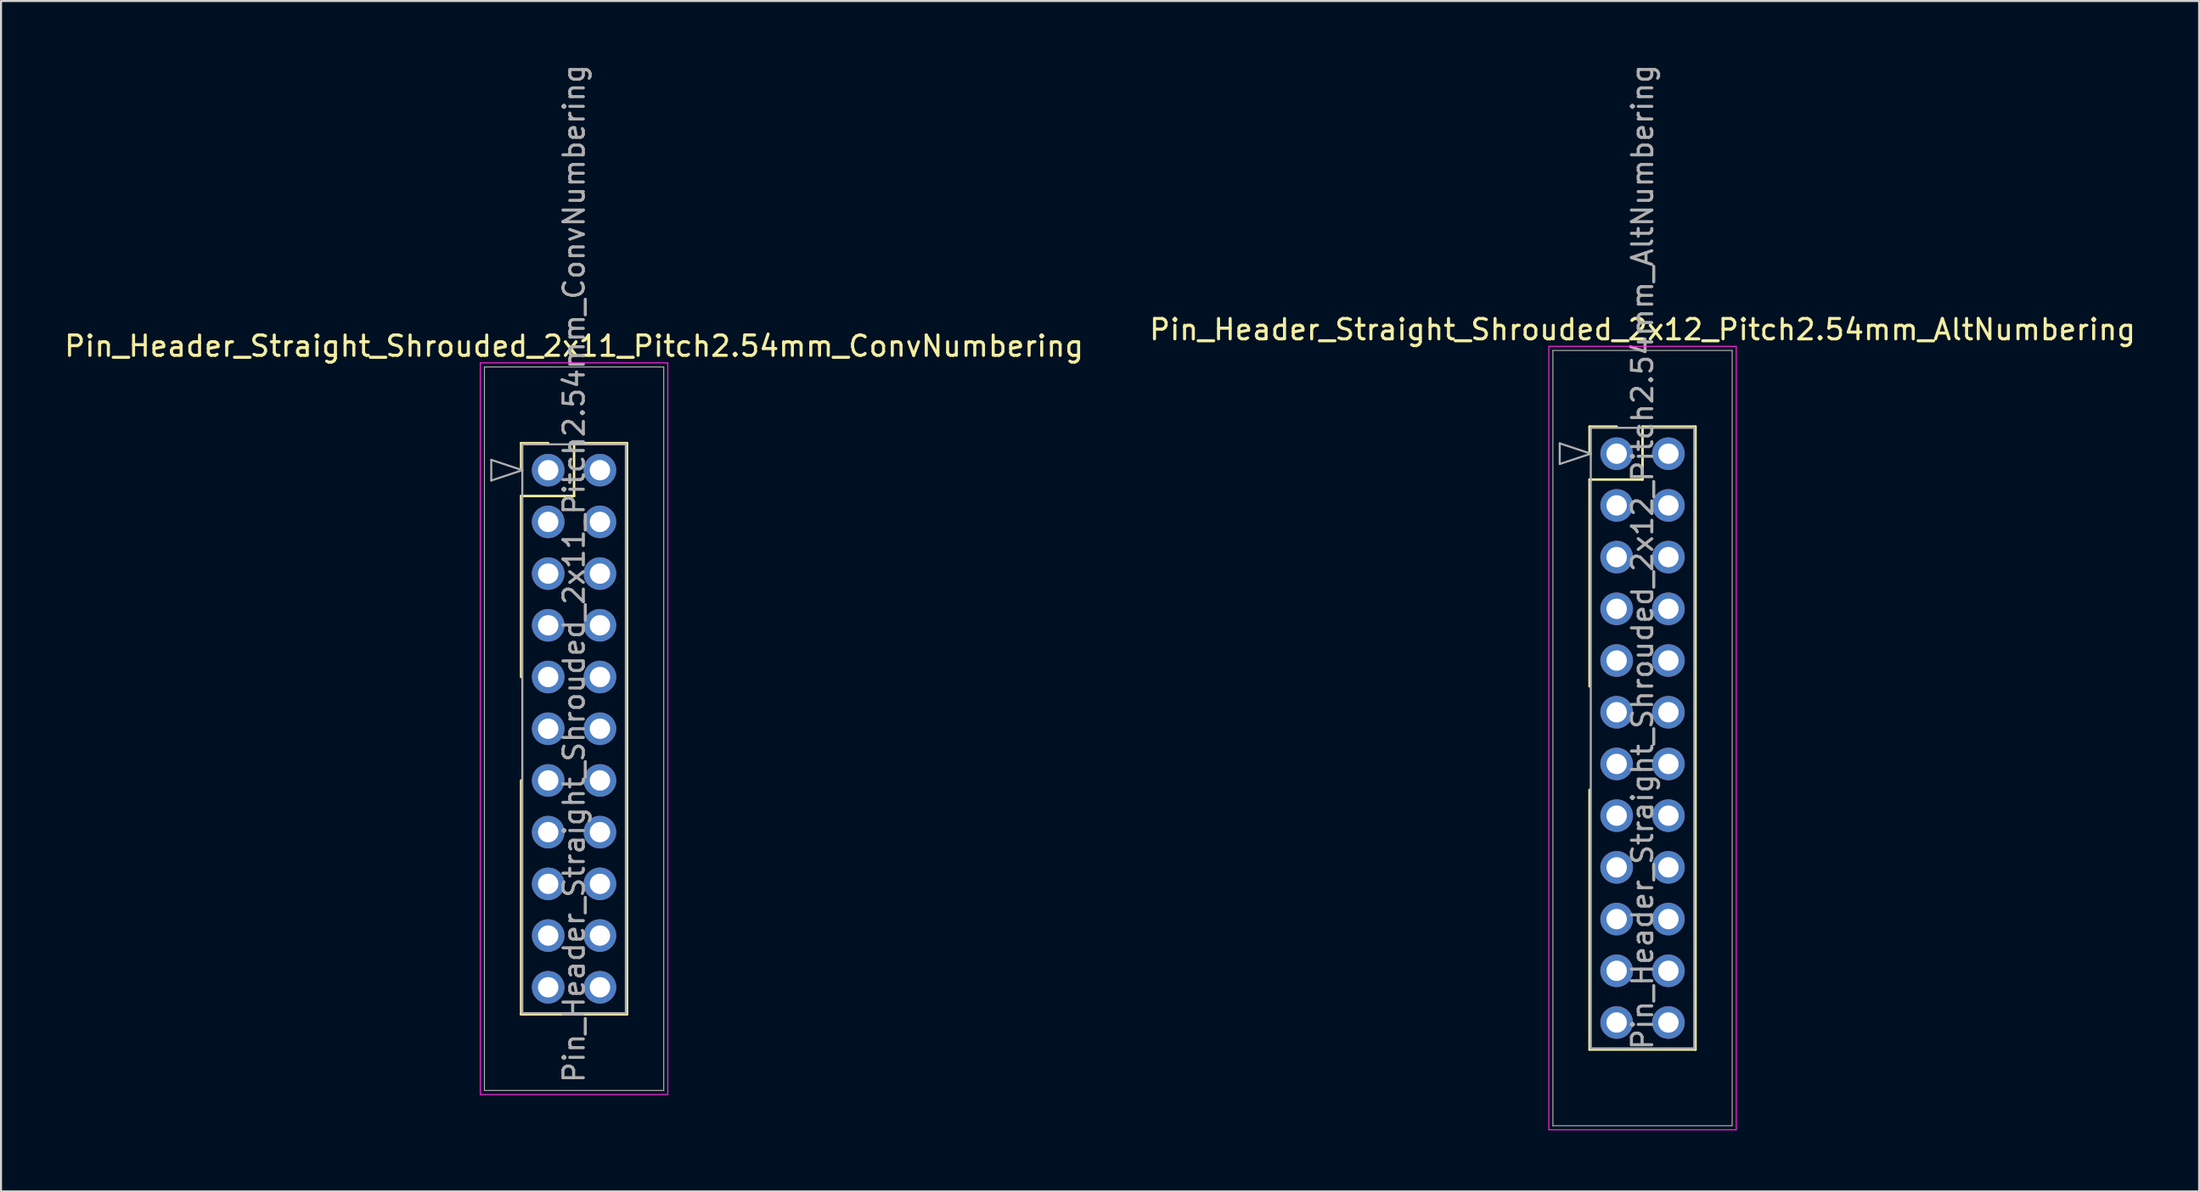
<source format=kicad_pcb>
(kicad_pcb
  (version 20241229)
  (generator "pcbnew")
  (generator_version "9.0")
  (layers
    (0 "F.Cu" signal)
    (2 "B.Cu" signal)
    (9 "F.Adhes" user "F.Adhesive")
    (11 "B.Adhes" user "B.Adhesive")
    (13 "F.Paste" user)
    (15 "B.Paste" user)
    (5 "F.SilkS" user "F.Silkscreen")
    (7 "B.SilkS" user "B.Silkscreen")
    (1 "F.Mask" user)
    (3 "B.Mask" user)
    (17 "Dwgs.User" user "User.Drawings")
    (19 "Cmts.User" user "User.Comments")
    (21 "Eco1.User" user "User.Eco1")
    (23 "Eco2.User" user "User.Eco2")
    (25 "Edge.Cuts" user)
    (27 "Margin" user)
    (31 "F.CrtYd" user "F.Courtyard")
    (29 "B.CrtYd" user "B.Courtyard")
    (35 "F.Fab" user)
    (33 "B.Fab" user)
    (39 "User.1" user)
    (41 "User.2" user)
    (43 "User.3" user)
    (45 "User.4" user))
  (footprint "Pin_Header_Straight_Shrouded_2x12_Pitch2.54mm_AltNumbering"
    (layer "F.Cu")
    (at 76.295 19.235)
    (property "Reference" "Pin_Header_Straight_Shrouded_2x12_Pitch2.54mm_AltNumbering" (at 1.27 -6.096 0) (layer "F.SilkS") (effects (font (size 1 1) (thickness 0.15))))
    (attr through_hole)
    (fp_line (start -1.33 -1.33) (end 0 -1.33) (stroke (width 0.12) (type solid)) (layer "F.SilkS"))
    (fp_line (start -1.33 0) (end -1.33 -1.33) (stroke (width 0.12) (type solid)) (layer "F.SilkS"))
    (fp_line (start -1.33 1.27) (end -1.33 11.43) (stroke (width 0.12) (type solid)) (layer "F.SilkS"))
    (fp_line (start -1.33 1.27) (end 1.27 1.27) (stroke (width 0.12) (type solid)) (layer "F.SilkS"))
    (fp_line (start -1.33 16.51) (end -1.33 29.27) (stroke (width 0.12) (type solid)) (layer "F.SilkS"))
    (fp_line (start -1.33 29.27) (end 3.87 29.27) (stroke (width 0.12) (type solid)) (layer "F.SilkS"))
    (fp_line (start 1.27 -1.33) (end 3.87 -1.33) (stroke (width 0.12) (type solid)) (layer "F.SilkS"))
    (fp_line (start 1.27 1.27) (end 1.27 -1.33) (stroke (width 0.12) (type solid)) (layer "F.SilkS"))
    (fp_line (start 3.87 -1.33) (end 3.87 29.27) (stroke (width 0.12) (type solid)) (layer "F.SilkS"))
    (fp_line (start -3.33 -5.27) (end -3.33 33.21) (stroke (width 0.05) (type solid)) (layer "F.CrtYd"))
    (fp_line (start -3.33 33.21) (end 5.87 33.21) (stroke (width 0.05) (type solid)) (layer "F.CrtYd"))
    (fp_line (start 5.87 -5.27) (end -3.33 -5.27) (stroke (width 0.05) (type solid)) (layer "F.CrtYd"))
    (fp_line (start 5.87 33.21) (end 5.87 -5.27) (stroke (width 0.05) (type solid)) (layer "F.CrtYd"))
    (fp_line (start -3.13 -5.07) (end -3.13 33.01) (stroke (width 0.05) (type solid)) (layer "F.Fab"))
    (fp_line (start -3.13 33.01) (end 5.67 33.01) (stroke (width 0.05) (type solid)) (layer "F.Fab"))
    (fp_line (start -2.794 -0.508) (end -1.27 0) (stroke (width 0.1) (type solid)) (layer "F.Fab"))
    (fp_line (start -2.794 0.508) (end -2.794 -0.508) (stroke (width 0.1) (type solid)) (layer "F.Fab"))
    (fp_line (start -1.27 -1.27) (end -1.27 29.21) (stroke (width 0.1) (type solid)) (layer "F.Fab"))
    (fp_line (start -1.27 0) (end -2.794 0.508) (stroke (width 0.1) (type solid)) (layer "F.Fab"))
    (fp_line (start -1.27 29.21) (end 3.81 29.21) (stroke (width 0.1) (type solid)) (layer "F.Fab"))
    (fp_line (start 3.81 -1.27) (end -1.27 -1.27) (stroke (width 0.1) (type solid)) (layer "F.Fab"))
    (fp_line (start 3.81 29.21) (end 3.81 -1.27) (stroke (width 0.1) (type solid)) (layer "F.Fab"))
    (fp_line (start 5.67 -5.07) (end -3.13 -5.07) (stroke (width 0.05) (type solid)) (layer "F.Fab"))
    (fp_line (start 5.67 33.01) (end 5.67 -5.07) (stroke (width 0.05) (type solid)) (layer "F.Fab"))
    (fp_text user "${REFERENCE}" (at 1.27 5.08 90) (layer "F.Fab") (effects (font (size 1 1) (thickness 0.15))))
    (pad "1" thru_hole oval (at 0 0) (size 1.6 1.6) (drill 1) (layers "*.Cu" "*.Mask"))
    (pad "2" thru_hole oval (at 0 2.54) (size 1.6 1.6) (drill 1) (layers "*.Cu" "*.Mask"))
    (pad "3" thru_hole oval (at 0 5.08) (size 1.6 1.6) (drill 1) (layers "*.Cu" "*.Mask"))
    (pad "4" thru_hole oval (at 0 7.62) (size 1.6 1.6) (drill 1) (layers "*.Cu" "*.Mask"))
    (pad "5" thru_hole oval (at 0 10.16) (size 1.6 1.6) (drill 1) (layers "*.Cu" "*.Mask"))
    (pad "6" thru_hole oval (at 0 12.7) (size 1.6 1.6) (drill 1) (layers "*.Cu" "*.Mask"))
    (pad "7" thru_hole oval (at 0 15.24) (size 1.6 1.6) (drill 1) (layers "*.Cu" "*.Mask"))
    (pad "8" thru_hole oval (at 0 17.78) (size 1.6 1.6) (drill 1) (layers "*.Cu" "*.Mask"))
    (pad "9" thru_hole oval (at 0 20.32) (size 1.6 1.6) (drill 1) (layers "*.Cu" "*.Mask"))
    (pad "10" thru_hole oval (at 0 22.86) (size 1.6 1.6) (drill 1) (layers "*.Cu" "*.Mask"))
    (pad "11" thru_hole oval (at 0 25.4) (size 1.6 1.6) (drill 1) (layers "*.Cu" "*.Mask"))
    (pad "12" thru_hole oval (at 0 27.94) (size 1.6 1.6) (drill 1) (layers "*.Cu" "*.Mask"))
    (pad "13" thru_hole oval (at 2.54 0) (size 1.6 1.6) (drill 1) (layers "*.Cu" "*.Mask"))
    (pad "14" thru_hole oval (at 2.54 2.54) (size 1.6 1.6) (drill 1) (layers "*.Cu" "*.Mask"))
    (pad "15" thru_hole oval (at 2.54 5.08) (size 1.6 1.6) (drill 1) (layers "*.Cu" "*.Mask"))
    (pad "16" thru_hole oval (at 2.54 7.62) (size 1.6 1.6) (drill 1) (layers "*.Cu" "*.Mask"))
    (pad "17" thru_hole oval (at 2.54 10.16) (size 1.6 1.6) (drill 1) (layers "*.Cu" "*.Mask"))
    (pad "18" thru_hole oval (at 2.54 12.7) (size 1.6 1.6) (drill 1) (layers "*.Cu" "*.Mask"))
    (pad "19" thru_hole oval (at 2.54 15.24) (size 1.6 1.6) (drill 1) (layers "*.Cu" "*.Mask"))
    (pad "20" thru_hole oval (at 2.54 17.78) (size 1.6 1.6) (drill 1) (layers "*.Cu" "*.Mask"))
    (pad "21" thru_hole oval (at 2.54 20.32) (size 1.6 1.6) (drill 1) (layers "*.Cu" "*.Mask"))
    (pad "22" thru_hole oval (at 2.54 22.86) (size 1.6 1.6) (drill 1) (layers "*.Cu" "*.Mask"))
    (pad "23" thru_hole oval (at 2.54 25.4) (size 1.6 1.6) (drill 1) (layers "*.Cu" "*.Mask"))
    (pad "24" thru_hole oval (at 2.54 27.94) (size 1.6 1.6) (drill 1) (layers "*.Cu" "*.Mask")))
  (footprint "Pin_Header_Straight_Shrouded_2x11_Pitch2.54mm_ConvNumbering"
    (layer "F.Cu")
    (at 23.855 20.045)
    (property "Reference" "Pin_Header_Straight_Shrouded_2x11_Pitch2.54mm_ConvNumbering" (at 1.27 -6.096 0) (layer "F.SilkS") (effects (font (size 1 1) (thickness 0.15))))
    (attr through_hole)
    (fp_line (start -1.33 -1.33) (end 0 -1.33) (stroke (width 0.12) (type solid)) (layer "F.SilkS"))
    (fp_line (start -1.33 0) (end -1.33 -1.33) (stroke (width 0.12) (type solid)) (layer "F.SilkS"))
    (fp_line (start -1.33 1.27) (end -1.33 10.16) (stroke (width 0.12) (type solid)) (layer "F.SilkS"))
    (fp_line (start -1.33 1.27) (end 1.27 1.27) (stroke (width 0.12) (type solid)) (layer "F.SilkS"))
    (fp_line (start -1.33 15.24) (end -1.33 26.73) (stroke (width 0.12) (type solid)) (layer "F.SilkS"))
    (fp_line (start -1.33 26.73) (end 3.87 26.73) (stroke (width 0.12) (type solid)) (layer "F.SilkS"))
    (fp_line (start 1.27 -1.33) (end 3.87 -1.33) (stroke (width 0.12) (type solid)) (layer "F.SilkS"))
    (fp_line (start 1.27 1.27) (end 1.27 -1.33) (stroke (width 0.12) (type solid)) (layer "F.SilkS"))
    (fp_line (start 3.87 -1.33) (end 3.87 26.73) (stroke (width 0.12) (type solid)) (layer "F.SilkS"))
    (fp_line (start -3.33 -5.27) (end -3.33 30.67) (stroke (width 0.05) (type solid)) (layer "F.CrtYd"))
    (fp_line (start -3.33 30.67) (end 5.87 30.67) (stroke (width 0.05) (type solid)) (layer "F.CrtYd"))
    (fp_line (start 5.87 -5.27) (end -3.33 -5.27) (stroke (width 0.05) (type solid)) (layer "F.CrtYd"))
    (fp_line (start 5.87 30.67) (end 5.87 -5.27) (stroke (width 0.05) (type solid)) (layer "F.CrtYd"))
    (fp_line (start -3.13 -5.07) (end -3.13 30.47) (stroke (width 0.05) (type solid)) (layer "F.Fab"))
    (fp_line (start -3.13 30.47) (end 5.67 30.47) (stroke (width 0.05) (type solid)) (layer "F.Fab"))
    (fp_line (start -2.794 -0.508) (end -1.27 0) (stroke (width 0.1) (type solid)) (layer "F.Fab"))
    (fp_line (start -2.794 0.508) (end -2.794 -0.508) (stroke (width 0.1) (type solid)) (layer "F.Fab"))
    (fp_line (start -1.27 -1.27) (end -1.27 26.67) (stroke (width 0.1) (type solid)) (layer "F.Fab"))
    (fp_line (start -1.27 0) (end -2.794 0.508) (stroke (width 0.1) (type solid)) (layer "F.Fab"))
    (fp_line (start -1.27 26.67) (end 3.81 26.67) (stroke (width 0.1) (type solid)) (layer "F.Fab"))
    (fp_line (start 3.81 -1.27) (end -1.27 -1.27) (stroke (width 0.1) (type solid)) (layer "F.Fab"))
    (fp_line (start 3.81 26.67) (end 3.81 -1.27) (stroke (width 0.1) (type solid)) (layer "F.Fab"))
    (fp_line (start 5.67 -5.07) (end -3.13 -5.07) (stroke (width 0.05) (type solid)) (layer "F.Fab"))
    (fp_line (start 5.67 30.47) (end 5.67 -5.07) (stroke (width 0.05) (type solid)) (layer "F.Fab"))
    (fp_text user "${REFERENCE}" (at 1.27 5.08 90) (layer "F.Fab") (effects (font (size 1 1) (thickness 0.15))))
    (pad "1" thru_hole oval (at 0 0) (size 1.6 1.6) (drill 1) (layers "*.Cu" "*.Mask"))
    (pad "2" thru_hole oval (at 2.54 0) (size 1.6 1.6) (drill 1) (layers "*.Cu" "*.Mask"))
    (pad "3" thru_hole oval (at 0 2.54) (size 1.6 1.6) (drill 1) (layers "*.Cu" "*.Mask"))
    (pad "4" thru_hole oval (at 2.54 2.54) (size 1.6 1.6) (drill 1) (layers "*.Cu" "*.Mask"))
    (pad "5" thru_hole oval (at 0 5.08) (size 1.6 1.6) (drill 1) (layers "*.Cu" "*.Mask"))
    (pad "6" thru_hole oval (at 2.54 5.08) (size 1.6 1.6) (drill 1) (layers "*.Cu" "*.Mask"))
    (pad "7" thru_hole oval (at 0 7.62) (size 1.6 1.6) (drill 1) (layers "*.Cu" "*.Mask"))
    (pad "8" thru_hole oval (at 2.54 7.62) (size 1.6 1.6) (drill 1) (layers "*.Cu" "*.Mask"))
    (pad "9" thru_hole oval (at 0 10.16) (size 1.6 1.6) (drill 1) (layers "*.Cu" "*.Mask"))
    (pad "10" thru_hole oval (at 2.54 10.16) (size 1.6 1.6) (drill 1) (layers "*.Cu" "*.Mask"))
    (pad "11" thru_hole oval (at 0 12.7) (size 1.6 1.6) (drill 1) (layers "*.Cu" "*.Mask"))
    (pad "12" thru_hole oval (at 2.54 12.7) (size 1.6 1.6) (drill 1) (layers "*.Cu" "*.Mask"))
    (pad "13" thru_hole oval (at 0 15.24) (size 1.6 1.6) (drill 1) (layers "*.Cu" "*.Mask"))
    (pad "14" thru_hole oval (at 2.54 15.24) (size 1.6 1.6) (drill 1) (layers "*.Cu" "*.Mask"))
    (pad "15" thru_hole oval (at 0 17.78) (size 1.6 1.6) (drill 1) (layers "*.Cu" "*.Mask"))
    (pad "16" thru_hole oval (at 2.54 17.78) (size 1.6 1.6) (drill 1) (layers "*.Cu" "*.Mask"))
    (pad "17" thru_hole oval (at 0 20.32) (size 1.6 1.6) (drill 1) (layers "*.Cu" "*.Mask"))
    (pad "18" thru_hole oval (at 2.54 20.32) (size 1.6 1.6) (drill 1) (layers "*.Cu" "*.Mask"))
    (pad "19" thru_hole oval (at 0 22.86) (size 1.6 1.6) (drill 1) (layers "*.Cu" "*.Mask"))
    (pad "20" thru_hole oval (at 2.54 22.86) (size 1.6 1.6) (drill 1) (layers "*.Cu" "*.Mask"))
    (pad "21" thru_hole oval (at 0 25.4) (size 1.6 1.6) (drill 1) (layers "*.Cu" "*.Mask"))
    (pad "22" thru_hole oval (at 2.54 25.4) (size 1.6 1.6) (drill 1) (layers "*.Cu" "*.Mask")))
  (gr_rect
    (start -3 -3)
    (end 104.881 55.47)
    (stroke (width 0.1) (type default))
    (fill no)
    (layer "Edge.Cuts")))
</source>
